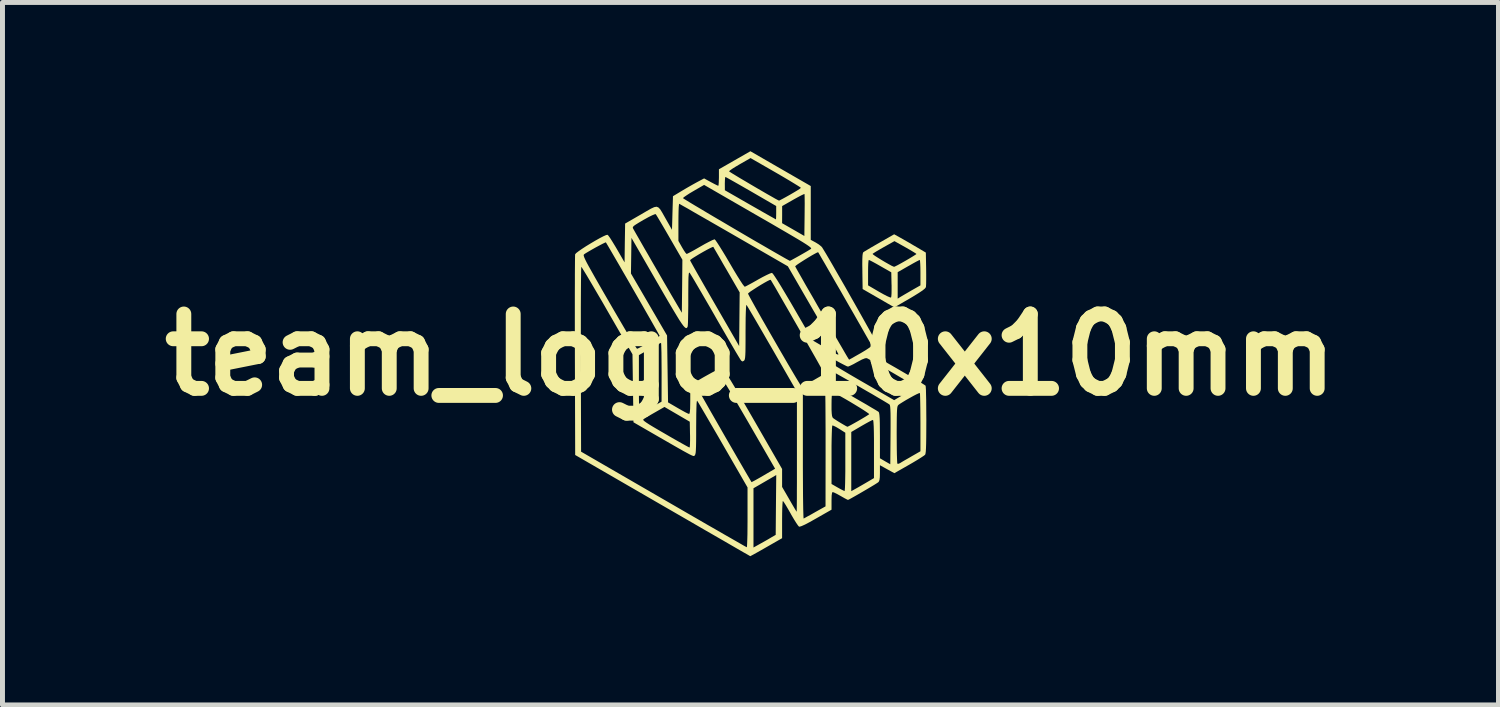
<source format=kicad_pcb>
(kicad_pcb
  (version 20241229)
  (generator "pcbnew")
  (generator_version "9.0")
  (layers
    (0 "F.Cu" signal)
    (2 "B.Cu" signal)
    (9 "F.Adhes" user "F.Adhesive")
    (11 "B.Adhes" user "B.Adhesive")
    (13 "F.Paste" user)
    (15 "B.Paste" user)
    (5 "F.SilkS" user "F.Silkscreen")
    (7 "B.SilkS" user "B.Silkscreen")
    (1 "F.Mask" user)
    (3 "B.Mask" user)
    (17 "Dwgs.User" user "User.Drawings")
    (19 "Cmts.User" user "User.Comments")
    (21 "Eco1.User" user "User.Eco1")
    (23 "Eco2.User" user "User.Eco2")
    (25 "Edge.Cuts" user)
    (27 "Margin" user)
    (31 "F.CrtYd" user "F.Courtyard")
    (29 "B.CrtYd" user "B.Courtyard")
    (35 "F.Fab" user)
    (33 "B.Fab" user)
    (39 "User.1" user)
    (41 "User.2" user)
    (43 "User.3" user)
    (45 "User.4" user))
  (footprint "team_logo_10x10mm"
    (layer "F.Cu")
    (at 12.086 4.104)
    (property "Reference" "team_logo_10x10mm" (at 0 0 0) (layer "F.SilkS") (effects (font (size 1.5 1.5) (thickness 0.3))))
    (attr board_only exclude_from_pos_files exclude_from_bom)
    (fp_poly (pts (xy 3.027 -2.357) (xy 3.102 -2.314) (xy 3.197 -2.26) (xy 3.295 -2.202) (xy 3.347 -2.172) (xy 3.536 -2.06) (xy 3.542 -1.732) (xy 3.543 -1.619) (xy 3.543 -1.517) (xy 3.542 -1.435) (xy 3.539 -1.379) (xy 3.537 -1.362) (xy 3.518 -1.336) (xy 3.471 -1.297) (xy 3.393 -1.245) (xy 3.283 -1.177) (xy 3.216 -1.137) (xy 3.117 -1.08) (xy 3.03 -1.029) (xy 2.962 -0.99) (xy 2.918 -0.965) (xy 2.902 -0.956) (xy 2.885 -0.966) (xy 2.838 -0.992) (xy 2.768 -1.032) (xy 2.68 -1.083) (xy 2.58 -1.141) (xy 2.261 -1.325) (xy 2.256 -1.656) (xy 2.371 -1.656) (xy 2.371 -1.399) (xy 2.595 -1.268) (xy 2.679 -1.221) (xy 2.752 -1.183) (xy 2.805 -1.16) (xy 2.833 -1.152) (xy 2.834 -1.153) (xy 2.84 -1.178) (xy 2.844 -1.234) (xy 2.845 -1.314) (xy 2.845 -1.409) (xy 2.844 -1.415) (xy 2.839 -1.662) (xy 2.834 -1.665) (xy 2.968 -1.665) (xy 2.968 -1.398) (xy 2.968 -1.131) (xy 3.013 -1.16) (xy 3.049 -1.181) (xy 3.11 -1.217) (xy 3.186 -1.261) (xy 3.242 -1.294) (xy 3.427 -1.399) (xy 3.427 -1.656) (xy 3.426 -1.752) (xy 3.423 -1.831) (xy 3.419 -1.887) (xy 3.415 -1.912) (xy 3.414 -1.912) (xy 3.393 -1.903) (xy 3.344 -1.878) (xy 3.275 -1.84) (xy 3.193 -1.793) (xy 3.185 -1.789) (xy 2.968 -1.665) (xy 2.834 -1.665) (xy 2.62 -1.787) (xy 2.536 -1.835) (xy 2.464 -1.874) (xy 2.412 -1.901) (xy 2.386 -1.912) (xy 2.386 -1.912) (xy 2.38 -1.894) (xy 2.375 -1.843) (xy 2.372 -1.767) (xy 2.371 -1.673) (xy 2.371 -1.656) (xy 2.256 -1.656) (xy 2.256 -1.686) (xy 2.254 -1.822) (xy 2.255 -1.923) (xy 2.258 -1.994) (xy 2.263 -2.034) (xy 2.461 -2.034) (xy 2.474 -2.02) (xy 2.514 -1.991) (xy 2.574 -1.953) (xy 2.645 -1.909) (xy 2.719 -1.865) (xy 2.79 -1.825) (xy 2.848 -1.793) (xy 2.887 -1.776) (xy 2.897 -1.773) (xy 2.92 -1.783) (xy 2.97 -1.808) (xy 3.041 -1.847) (xy 3.124 -1.894) (xy 3.131 -1.898) (xy 3.213 -1.946) (xy 3.28 -1.987) (xy 3.327 -2.017) (xy 3.346 -2.031) (xy 3.346 -2.032) (xy 3.33 -2.045) (xy 3.285 -2.073) (xy 3.218 -2.113) (xy 3.137 -2.16) (xy 3.124 -2.167) (xy 2.903 -2.291) (xy 2.687 -2.17) (xy 2.603 -2.122) (xy 2.533 -2.081) (xy 2.484 -2.05) (xy 2.462 -2.034) (xy 2.461 -2.034) (xy 2.263 -2.034) (xy 2.264 -2.039) (xy 2.272 -2.063) (xy 2.276 -2.068) (xy 2.302 -2.085) (xy 2.356 -2.117) (xy 2.431 -2.162) (xy 2.523 -2.215) (xy 2.6 -2.259) (xy 2.897 -2.429)) (stroke (width 0) (type solid)) (fill yes) (layer "F.SilkS"))
    (fp_poly (pts (xy 0.606 -3.753) (xy 1.215 -3.402) (xy 1.215 -2.86) (xy 1.215 -2.317) (xy 1.315 -2.263) (xy 1.376 -2.225) (xy 1.425 -2.186) (xy 1.444 -2.165) (xy 1.476 -2.113) (xy 1.524 -2.034) (xy 1.584 -1.932) (xy 1.655 -1.81) (xy 1.734 -1.672) (xy 1.82 -1.523) (xy 1.911 -1.365) (xy 2.003 -1.202) (xy 2.096 -1.038) (xy 2.187 -0.877) (xy 2.274 -0.722) (xy 2.355 -0.577) (xy 2.428 -0.447) (xy 2.49 -0.333) (xy 2.54 -0.241) (xy 2.575 -0.174) (xy 2.594 -0.136) (xy 2.597 -0.128) (xy 2.574 -0.102) (xy 2.53 -0.069) (xy 2.516 -0.06) (xy 2.474 -0.033) (xy 2.453 -0.015) (xy 2.453 -0.012) (xy 2.471 -0.001) (xy 2.52 0.028) (xy 2.595 0.071) (xy 2.691 0.127) (xy 2.805 0.193) (xy 2.933 0.266) (xy 2.988 0.298) (xy 3.12 0.375) (xy 3.241 0.446) (xy 3.347 0.509) (xy 3.432 0.56) (xy 3.494 0.599) (xy 3.527 0.621) (xy 3.531 0.625) (xy 3.534 0.65) (xy 3.538 0.709) (xy 3.54 0.799) (xy 3.543 0.915) (xy 3.544 1.05) (xy 3.545 1.202) (xy 3.546 1.316) (xy 3.545 1.51) (xy 3.544 1.668) (xy 3.542 1.792) (xy 3.539 1.886) (xy 3.535 1.952) (xy 3.529 1.994) (xy 3.522 2.016) (xy 3.521 2.017) (xy 3.496 2.037) (xy 3.443 2.072) (xy 3.367 2.12) (xy 3.275 2.175) (xy 3.199 2.219) (xy 2.901 2.389) (xy 2.756 2.309) (xy 2.61 2.228) (xy 2.61 2.386) (xy 2.608 2.471) (xy 2.601 2.526) (xy 2.588 2.559) (xy 2.575 2.573) (xy 2.548 2.591) (xy 2.496 2.624) (xy 2.424 2.667) (xy 2.34 2.717) (xy 2.251 2.769) (xy 2.163 2.82) (xy 2.084 2.865) (xy 2.02 2.901) (xy 1.978 2.923) (xy 1.965 2.928) (xy 1.945 2.919) (xy 1.899 2.895) (xy 1.836 2.859) (xy 1.818 2.849) (xy 1.75 2.811) (xy 1.694 2.783) (xy 1.66 2.77) (xy 1.656 2.769) (xy 1.644 2.787) (xy 1.636 2.842) (xy 1.634 2.935) (xy 1.634 2.947) (xy 1.634 3.125) (xy 1.32 3.304) (xy 1.194 3.375) (xy 1.099 3.425) (xy 1.032 3.455) (xy 0.991 3.468) (xy 0.977 3.466) (xy 0.957 3.443) (xy 0.922 3.392) (xy 0.877 3.32) (xy 0.825 3.232) (xy 0.807 3.199) (xy 0.756 3.11) (xy 0.712 3.035) (xy 0.677 2.98) (xy 0.656 2.952) (xy 0.652 2.949) (xy 0.648 2.968) (xy 0.644 3.02) (xy 0.64 3.1) (xy 0.638 3.202) (xy 0.637 3.318) (xy 0.637 3.324) (xy 0.637 3.7) (xy 0.319 3.882) (xy 0.218 3.94) (xy 0.129 3.99) (xy 0.059 4.029) (xy 0.012 4.054) (xy -0.005 4.063) (xy -0.022 4.053) (xy -0.072 4.024) (xy -0.152 3.979) (xy -0.259 3.917) (xy -0.392 3.84) (xy -0.547 3.75) (xy -0.724 3.648) (xy -0.919 3.536) (xy -1.129 3.414) (xy -1.354 3.284) (xy -1.591 3.147) (xy -1.773 3.042) (xy -3.536 2.022) (xy -3.542 0.02) (xy -3.542 -0.26) (xy -3.543 -0.494) (xy -3.422 -0.494) (xy -3.422 -0.241) (xy -3.422 0.026) (xy -3.422 0.091) (xy -3.417 1.955) (xy -1.753 2.918) (xy -1.516 3.055) (xy -1.29 3.186) (xy -1.075 3.31) (xy -0.875 3.426) (xy -0.691 3.531) (xy -0.527 3.626) (xy -0.385 3.707) (xy -0.266 3.775) (xy -0.174 3.828) (xy -0.111 3.864) (xy -0.078 3.881) (xy -0.075 3.883) (xy -0.071 3.864) (xy -0.068 3.811) (xy -0.065 3.727) (xy -0.062 3.617) (xy -0.061 3.488) (xy -0.06 3.342) (xy -0.06 3.28) (xy -0.06 2.693) (xy 0.06 2.693) (xy 0.06 3.291) (xy 0.06 3.888) (xy 0.194 3.813) (xy 0.275 3.768) (xy 0.356 3.722) (xy 0.418 3.685) (xy 0.508 3.633) (xy 0.513 3.03) (xy 0.519 2.426) (xy 0.444 2.47) (xy 0.391 2.501) (xy 0.317 2.544) (xy 0.236 2.591) (xy 0.214 2.604) (xy 0.06 2.693) (xy -0.06 2.693) (xy -0.06 2.676) (xy -0.559 1.811) (xy -0.657 1.641) (xy -0.75 1.482) (xy -0.835 1.336) (xy -0.91 1.207) (xy -0.974 1.098) (xy -1.024 1.013) (xy -1.058 0.956) (xy -1.076 0.929) (xy -1.077 0.927) (xy -1.083 0.941) (xy -1.088 0.992) (xy -1.091 1.079) (xy -1.094 1.199) (xy -1.095 1.352) (xy -1.096 1.458) (xy -1.096 1.624) (xy -1.097 1.754) (xy -1.099 1.853) (xy -1.102 1.926) (xy -1.106 1.976) (xy -1.113 2.008) (xy -1.121 2.026) (xy -1.126 2.032) (xy -1.132 2.038) (xy -1.139 2.042) (xy -1.15 2.042) (xy -1.166 2.038) (xy -1.192 2.027) (xy -1.229 2.009) (xy -1.281 1.981) (xy -1.351 1.943) (xy -1.441 1.892) (xy -1.553 1.828) (xy -1.692 1.748) (xy -1.859 1.652) (xy -2.058 1.537) (xy -2.072 1.529) (xy -2.361 1.362) (xy -2.361 1.309) (xy -2.164 1.309) (xy -2.159 1.323) (xy -2.138 1.342) (xy -2.099 1.37) (xy -2.039 1.409) (xy -1.953 1.461) (xy -1.839 1.528) (xy -1.718 1.598) (xy -1.594 1.67) (xy -1.48 1.735) (xy -1.382 1.79) (xy -1.305 1.833) (xy -1.253 1.861) (xy -1.23 1.872) (xy -1.23 1.872) (xy -1.224 1.854) (xy -1.221 1.803) (xy -1.219 1.727) (xy -1.219 1.633) (xy -1.22 1.612) (xy -1.225 1.351) (xy -1.48 1.202) (xy -1.735 1.053) (xy -1.929 1.164) (xy -2.011 1.211) (xy -2.082 1.253) (xy -2.135 1.285) (xy -2.157 1.3) (xy -2.164 1.309) (xy -2.361 1.309) (xy -2.371 0.676) (xy -2.38 0.008) (xy -2.251 0.008) (xy -2.251 0.602) (xy -2.251 0.751) (xy -2.25 0.886) (xy -2.248 1.003) (xy -2.246 1.096) (xy -2.243 1.161) (xy -2.24 1.193) (xy -2.239 1.195) (xy -2.218 1.186) (xy -2.169 1.16) (xy -2.1 1.122) (xy -2.018 1.075) (xy -2.01 1.071) (xy -1.794 0.946) (xy -1.793 0.354) (xy -1.794 0.205) (xy -1.795 0.069) (xy -1.796 -0.047) (xy -1.799 -0.141) (xy -1.801 -0.205) (xy -1.804 -0.237) (xy -1.805 -0.239) (xy -1.826 -0.23) (xy -1.875 -0.204) (xy -1.944 -0.166) (xy -2.026 -0.12) (xy -2.034 -0.115) (xy -2.251 0.008) (xy -2.38 0.008) (xy -2.381 -0.01) (xy -2.889 -0.891) (xy -2.987 -1.062) (xy -3.081 -1.222) (xy -3.166 -1.367) (xy -3.242 -1.496) (xy -3.306 -1.604) (xy -3.357 -1.687) (xy -3.392 -1.744) (xy -3.41 -1.771) (xy -3.412 -1.772) (xy -3.414 -1.753) (xy -3.416 -1.696) (xy -3.417 -1.606) (xy -3.419 -1.483) (xy -3.42 -1.332) (xy -3.421 -1.155) (xy -3.422 -0.954) (xy -3.422 -0.733) (xy -3.422 -0.494) (xy -3.543 -0.494) (xy -3.543 -0.529) (xy -3.543 -0.785) (xy -3.543 -1.024) (xy -3.543 -1.244) (xy -3.542 -1.443) (xy -3.542 -1.617) (xy -3.541 -1.764) (xy -3.54 -1.881) (xy -3.539 -1.965) (xy -3.538 -2.006) (xy -3.365 -2.006) (xy -3.361 -1.987) (xy -3.351 -1.958) (xy -3.332 -1.916) (xy -3.303 -1.858) (xy -3.262 -1.782) (xy -3.208 -1.686) (xy -3.14 -1.565) (xy -3.056 -1.418) (xy -2.955 -1.242) (xy -2.849 -1.059) (xy -2.747 -0.883) (xy -2.65 -0.717) (xy -2.561 -0.565) (xy -2.481 -0.43) (xy -2.413 -0.316) (xy -2.357 -0.225) (xy -2.317 -0.16) (xy -2.293 -0.125) (xy -2.288 -0.12) (xy -2.265 -0.129) (xy -2.214 -0.154) (xy -2.144 -0.192) (xy -2.06 -0.239) (xy -2.052 -0.244) (xy -1.969 -0.292) (xy -1.901 -0.334) (xy -1.853 -0.364) (xy -1.833 -0.38) (xy -1.833 -0.381) (xy -1.843 -0.4) (xy -1.87 -0.449) (xy -1.913 -0.525) (xy -1.969 -0.624) (xy -2.036 -0.742) (xy -2.113 -0.876) (xy -2.195 -1.02) (xy -2.283 -1.173) (xy -2.373 -1.329) (xy -2.462 -1.485) (xy -2.55 -1.637) (xy -2.551 -1.638) (xy -2.411 -1.638) (xy -2.047 -1.013) (xy -1.683 -0.388) (xy -1.673 0.286) (xy -1.663 0.961) (xy -1.464 1.077) (xy -1.383 1.123) (xy -1.314 1.161) (xy -1.263 1.186) (xy -1.24 1.194) (xy -1.23 1.185) (xy -1.223 1.151) (xy -1.218 1.09) (xy -1.216 0.996) (xy -1.215 0.908) (xy -1.215 0.667) (xy -1.071 0.667) (xy -1.063 0.685) (xy -1.036 0.733) (xy -0.994 0.808) (xy -0.938 0.907) (xy -0.871 1.025) (xy -0.795 1.159) (xy -0.711 1.305) (xy -0.622 1.46) (xy -0.531 1.619) (xy -0.438 1.78) (xy -0.347 1.937) (xy -0.26 2.088) (xy -0.178 2.229) (xy -0.104 2.357) (xy -0.087 2.386) (xy 0.021 2.57) (xy 0.075 2.542) (xy 0.115 2.52) (xy 0.179 2.484) (xy 0.257 2.439) (xy 0.313 2.406) (xy 0.496 2.299) (xy -0.05 1.354) (xy -0.153 1.177) (xy -0.25 1.011) (xy -0.34 0.859) (xy -0.421 0.724) (xy -0.49 0.61) (xy -0.547 0.519) (xy -0.589 0.454) (xy -0.613 0.42) (xy -0.62 0.414) (xy -0.642 0.425) (xy -0.691 0.451) (xy -0.757 0.488) (xy -0.833 0.53) (xy -0.911 0.574) (xy -0.981 0.614) (xy -1.037 0.646) (xy -1.068 0.665) (xy -1.071 0.667) (xy -1.215 0.667) (xy -1.215 0.62) (xy -1.16 0.582) (xy -1.108 0.548) (xy -1.035 0.505) (xy -0.949 0.455) (xy -0.858 0.404) (xy -0.769 0.355) (xy -0.688 0.313) (xy -0.623 0.28) (xy -0.582 0.262) (xy -0.572 0.259) (xy -0.555 0.276) (xy -0.52 0.327) (xy -0.466 0.411) (xy -0.395 0.527) (xy -0.307 0.673) (xy -0.203 0.849) (xy -0.084 1.053) (xy 0.048 1.281) (xy 0.637 2.304) (xy 0.637 2.485) (xy 0.637 2.666) (xy 0.782 2.916) (xy 0.833 3.005) (xy 0.877 3.08) (xy 0.91 3.135) (xy 0.929 3.164) (xy 0.931 3.167) (xy 0.932 3.148) (xy 0.933 3.092) (xy 0.934 3.003) (xy 0.935 2.885) (xy 0.935 2.741) (xy 0.936 2.574) (xy 0.936 2.387) (xy 0.936 2.185) (xy 0.936 1.97) (xy 0.936 1.957) (xy 0.936 0.781) (xy 1.056 0.781) (xy 1.056 2.045) (xy 1.056 2.266) (xy 1.057 2.473) (xy 1.058 2.666) (xy 1.059 2.839) (xy 1.061 2.99) (xy 1.063 3.115) (xy 1.066 3.211) (xy 1.068 3.274) (xy 1.071 3.303) (xy 1.072 3.304) (xy 1.094 3.292) (xy 1.144 3.264) (xy 1.214 3.226) (xy 1.297 3.179) (xy 1.3 3.177) (xy 1.513 3.058) (xy 1.514 2.022) (xy 1.634 2.022) (xy 1.634 2.607) (xy 1.758 2.678) (xy 1.821 2.713) (xy 1.871 2.738) (xy 1.897 2.749) (xy 1.898 2.749) (xy 1.901 2.73) (xy 1.905 2.676) (xy 1.908 2.592) (xy 1.91 2.483) (xy 1.912 2.353) (xy 1.912 2.209) (xy 1.912 2.161) (xy 1.912 1.573) (xy 1.888 1.558) (xy 2.032 1.558) (xy 2.032 2.154) (xy 2.032 2.751) (xy 2.077 2.727) (xy 2.112 2.707) (xy 2.173 2.673) (xy 2.249 2.629) (xy 2.306 2.596) (xy 2.49 2.488) (xy 2.49 1.901) (xy 2.49 1.712) (xy 2.488 1.561) (xy 2.485 1.447) (xy 2.48 1.369) (xy 2.475 1.326) (xy 2.469 1.315) (xy 2.444 1.324) (xy 2.393 1.35) (xy 2.322 1.389) (xy 2.24 1.436) (xy 2.24 1.436) (xy 2.032 1.558) (xy 1.888 1.558) (xy 1.789 1.495) (xy 1.727 1.458) (xy 1.678 1.434) (xy 1.651 1.426) (xy 1.65 1.427) (xy 1.646 1.448) (xy 1.642 1.505) (xy 1.639 1.591) (xy 1.636 1.702) (xy 1.634 1.833) (xy 1.634 1.978) (xy 1.634 2.022) (xy 1.514 2.022) (xy 1.514 1.787) (xy 1.514 1.566) (xy 1.513 1.358) (xy 1.512 1.165) (xy 1.511 1.004) (xy 1.634 1.004) (xy 1.634 1.111) (xy 1.638 1.185) (xy 1.644 1.233) (xy 1.654 1.263) (xy 1.666 1.278) (xy 1.697 1.3) (xy 1.749 1.334) (xy 1.811 1.372) (xy 1.872 1.408) (xy 1.922 1.437) (xy 1.952 1.452) (xy 1.954 1.453) (xy 1.975 1.444) (xy 2.023 1.419) (xy 2.091 1.381) (xy 2.171 1.336) (xy 2.253 1.288) (xy 2.323 1.246) (xy 2.372 1.215) (xy 2.394 1.2) (xy 2.382 1.186) (xy 2.341 1.157) (xy 2.278 1.115) (xy 2.197 1.064) (xy 2.105 1.008) (xy 2.009 0.95) (xy 1.913 0.894) (xy 1.823 0.843) (xy 1.747 0.801) (xy 1.689 0.771) (xy 1.656 0.758) (xy 1.653 0.757) (xy 1.645 0.776) (xy 1.639 0.828) (xy 1.635 0.908) (xy 1.634 1.004) (xy 1.511 1.004) (xy 1.511 0.992) (xy 1.509 0.84) (xy 1.507 0.715) (xy 1.505 0.618) (xy 1.502 0.554) (xy 1.5 0.525) (xy 1.499 0.524) (xy 1.477 0.537) (xy 1.428 0.565) (xy 1.358 0.605) (xy 1.276 0.653) (xy 1.27 0.656) (xy 1.056 0.781) (xy 0.936 0.781) (xy 0.936 0.747) (xy 0.437 -0.12) (xy 0.338 -0.29) (xy 0.246 -0.45) (xy 0.161 -0.596) (xy 0.086 -0.725) (xy 0.022 -0.833) (xy -0.028 -0.918) (xy -0.063 -0.976) (xy -0.08 -1.003) (xy -0.081 -1.005) (xy -0.087 -0.992) (xy -0.091 -0.941) (xy -0.095 -0.857) (xy -0.098 -0.742) (xy -0.099 -0.6) (xy -0.1 -0.465) (xy -0.1 -0.298) (xy -0.101 -0.168) (xy -0.102 -0.068) (xy -0.105 0.005) (xy -0.109 0.057) (xy -0.115 0.09) (xy -0.123 0.11) (xy -0.132 0.121) (xy -0.16 0.136) (xy -0.185 0.122) (xy -0.197 0.107) (xy -0.213 0.082) (xy -0.247 0.026) (xy -0.297 -0.057) (xy -0.36 -0.165) (xy -0.435 -0.293) (xy -0.519 -0.438) (xy -0.611 -0.596) (xy -0.708 -0.765) (xy -0.715 -0.778) (xy -0.812 -0.947) (xy -0.904 -1.105) (xy -0.988 -1.25) (xy -1.063 -1.378) (xy -1.126 -1.486) (xy -1.176 -1.57) (xy -1.211 -1.626) (xy -1.227 -1.652) (xy -1.228 -1.653) (xy -1.236 -1.656) (xy -1.243 -1.645) (xy -1.247 -1.615) (xy -1.251 -1.563) (xy -1.253 -1.484) (xy -1.254 -1.375) (xy -1.255 -1.232) (xy -1.255 -1.141) (xy -1.255 -0.997) (xy -1.257 -0.865) (xy -1.259 -0.751) (xy -1.261 -0.66) (xy -1.264 -0.598) (xy -1.267 -0.57) (xy -1.267 -0.569) (xy -1.277 -0.549) (xy -1.289 -0.538) (xy -1.304 -0.538) (xy -1.325 -0.552) (xy -1.353 -0.582) (xy -1.389 -0.631) (xy -1.435 -0.7) (xy -1.492 -0.793) (xy -1.563 -0.911) (xy -1.649 -1.056) (xy -1.751 -1.231) (xy -1.871 -1.439) (xy -1.876 -1.447) (xy -2.401 -2.357) (xy -2.406 -1.998) (xy -2.411 -1.638) (xy -2.551 -1.638) (xy -2.633 -1.781) (xy -2.71 -1.913) (xy -2.778 -2.03) (xy -2.835 -2.128) (xy -2.879 -2.203) (xy -2.907 -2.25) (xy -2.917 -2.267) (xy -2.936 -2.26) (xy -2.982 -2.238) (xy -3.045 -2.205) (xy -3.12 -2.165) (xy -3.196 -2.122) (xy -3.267 -2.081) (xy -3.324 -2.047) (xy -3.355 -2.026) (xy -3.362 -2.018) (xy -3.365 -2.006) (xy -3.538 -2.006) (xy -3.538 -2.014) (xy -3.537 -2.025) (xy -3.517 -2.049) (xy -3.469 -2.086) (xy -3.4 -2.134) (xy -3.316 -2.189) (xy -3.224 -2.245) (xy -3.131 -2.3) (xy -3.044 -2.349) (xy -2.969 -2.388) (xy -2.913 -2.413) (xy -2.883 -2.419) (xy -2.883 -2.419) (xy -2.864 -2.399) (xy -2.83 -2.351) (xy -2.785 -2.28) (xy -2.732 -2.193) (xy -2.698 -2.136) (xy -2.54 -1.863) (xy -2.535 -2.254) (xy -2.53 -2.56) (xy -2.374 -2.56) (xy -2.367 -2.543) (xy -2.35 -2.513) (xy -2.316 -2.453) (xy -2.267 -2.368) (xy -2.206 -2.261) (xy -2.136 -2.139) (xy -2.058 -2.005) (xy -1.977 -1.863) (xy -1.893 -1.718) (xy -1.811 -1.576) (xy -1.732 -1.439) (xy -1.659 -1.314) (xy -1.595 -1.203) (xy -1.542 -1.113) (xy -1.503 -1.047) (xy -1.497 -1.036) (xy -1.385 -0.847) (xy -1.379 -1.381) (xy -1.374 -1.906) (xy -1.219 -1.906) (xy -1.21 -1.886) (xy -1.182 -1.835) (xy -1.138 -1.756) (xy -1.08 -1.653) (xy -1.009 -1.529) (xy -0.928 -1.387) (xy -0.838 -1.231) (xy -0.742 -1.064) (xy -0.724 -1.033) (xy -0.229 -0.175) (xy -0.224 -0.715) (xy -0.219 -1.233) (xy -0.05 -1.233) (xy -0.04 -1.21) (xy -0.013 -1.158) (xy 0.03 -1.08) (xy 0.086 -0.979) (xy 0.153 -0.86) (xy 0.229 -0.725) (xy 0.312 -0.58) (xy 0.399 -0.428) (xy 0.489 -0.272) (xy 0.578 -0.117) (xy 0.666 0.034) (xy 0.749 0.177) (xy 0.826 0.308) (xy 0.894 0.423) (xy 0.951 0.518) (xy 0.995 0.59) (xy 1.023 0.635) (xy 1.034 0.649) (xy 1.055 0.637) (xy 1.104 0.61) (xy 1.173 0.571) (xy 1.255 0.523) (xy 1.265 0.518) (xy 1.348 0.47) (xy 1.418 0.43) (xy 1.468 0.401) (xy 1.491 0.387) (xy 1.491 0.387) (xy 1.482 0.37) (xy 1.457 0.324) (xy 1.624 0.324) (xy 1.624 0.344) (xy 1.627 0.394) (xy 1.632 0.463) (xy 1.632 0.467) (xy 1.644 0.605) (xy 2.102 0.869) (xy 2.225 0.94) (xy 2.338 1.005) (xy 2.435 1.063) (xy 2.512 1.108) (xy 2.564 1.14) (xy 2.585 1.154) (xy 2.593 1.173) (xy 2.6 1.215) (xy 2.605 1.284) (xy 2.608 1.383) (xy 2.609 1.515) (xy 2.61 1.633) (xy 2.61 2.088) (xy 2.714 2.149) (xy 2.819 2.209) (xy 2.824 1.619) (xy 2.824 1.613) (xy 2.948 1.613) (xy 2.949 1.76) (xy 2.95 1.894) (xy 2.952 2.01) (xy 2.955 2.102) (xy 2.958 2.166) (xy 2.961 2.197) (xy 2.962 2.198) (xy 2.987 2.199) (xy 3.017 2.185) (xy 3.051 2.164) (xy 3.11 2.129) (xy 3.186 2.086) (xy 3.242 2.053) (xy 3.427 1.947) (xy 3.427 1.365) (xy 3.426 1.217) (xy 3.425 1.082) (xy 3.423 0.965) (xy 3.421 0.871) (xy 3.419 0.806) (xy 3.416 0.774) (xy 3.415 0.772) (xy 3.395 0.777) (xy 3.348 0.798) (xy 3.284 0.831) (xy 3.211 0.872) (xy 3.135 0.915) (xy 3.066 0.957) (xy 3.011 0.992) (xy 2.983 1.012) (xy 2.973 1.024) (xy 2.965 1.042) (xy 2.959 1.072) (xy 2.955 1.118) (xy 2.952 1.184) (xy 2.95 1.274) (xy 2.949 1.394) (xy 2.948 1.547) (xy 2.948 1.613) (xy 2.824 1.613) (xy 2.825 1.44) (xy 2.825 1.297) (xy 2.824 1.187) (xy 2.821 1.106) (xy 2.817 1.051) (xy 2.811 1.018) (xy 2.804 1.005) (xy 2.782 0.99) (xy 2.731 0.959) (xy 2.656 0.914) (xy 2.562 0.859) (xy 2.454 0.795) (xy 2.335 0.727) (xy 2.213 0.656) (xy 2.09 0.585) (xy 1.972 0.517) (xy 1.864 0.456) (xy 1.77 0.403) (xy 1.696 0.361) (xy 1.646 0.334) (xy 1.625 0.324) (xy 1.624 0.324) (xy 1.457 0.324) (xy 1.456 0.322) (xy 1.414 0.247) (xy 1.359 0.148) (xy 1.293 0.031) (xy 1.27 -0.009) (xy 1.441 -0.009) (xy 1.443 0.029) (xy 1.457 0.061) (xy 1.48 0.079) (xy 1.533 0.115) (xy 1.614 0.166) (xy 1.718 0.229) (xy 1.841 0.303) (xy 1.979 0.385) (xy 2.13 0.473) (xy 2.19 0.508) (xy 2.897 0.916) (xy 2.967 0.874) (xy 3.018 0.844) (xy 3.09 0.803) (xy 3.169 0.756) (xy 3.192 0.743) (xy 3.261 0.703) (xy 3.314 0.671) (xy 3.343 0.651) (xy 3.347 0.647) (xy 3.33 0.636) (xy 3.285 0.608) (xy 3.215 0.567) (xy 3.126 0.514) (xy 3.023 0.455) (xy 2.913 0.39) (xy 2.799 0.324) (xy 2.687 0.26) (xy 2.583 0.201) (xy 2.491 0.148) (xy 2.417 0.107) (xy 2.366 0.079) (xy 2.345 0.069) (xy 2.31 0.072) (xy 2.247 0.097) (xy 2.163 0.142) (xy 2.153 0.147) (xy 2.08 0.188) (xy 2.017 0.219) (xy 1.975 0.237) (xy 1.965 0.239) (xy 1.938 0.23) (xy 1.884 0.203) (xy 1.809 0.164) (xy 1.722 0.116) (xy 1.694 0.1) (xy 1.594 0.044) (xy 1.523 0.007) (xy 1.477 -0.013) (xy 1.451 -0.017) (xy 1.441 -0.009) (xy 1.27 -0.009) (xy 1.217 -0.102) (xy 1.135 -0.246) (xy 1.048 -0.398) (xy 0.959 -0.555) (xy 0.869 -0.711) (xy 0.782 -0.864) (xy 0.698 -1.009) (xy 0.621 -1.143) (xy 0.553 -1.262) (xy 0.495 -1.363) (xy 0.449 -1.44) (xy 0.419 -1.491) (xy 0.406 -1.511) (xy 0.386 -1.507) (xy 0.341 -1.485) (xy 0.278 -1.45) (xy 0.205 -1.407) (xy 0.129 -1.36) (xy 0.058 -1.314) (xy -0.001 -1.275) (xy -0.039 -1.245) (xy -0.05 -1.233) (xy -0.219 -1.233) (xy -0.218 -1.256) (xy -0.48 -1.709) (xy -0.551 -1.83) (xy -0.614 -1.941) (xy -0.669 -2.035) (xy -0.712 -2.109) (xy -0.74 -2.157) (xy -0.75 -2.176) (xy -0.769 -2.171) (xy -0.814 -2.15) (xy -0.878 -2.117) (xy -0.952 -2.076) (xy -1.03 -2.031) (xy -1.103 -1.987) (xy -1.164 -1.949) (xy -1.205 -1.92) (xy -1.219 -1.906) (xy -1.374 -1.906) (xy -1.374 -1.916) (xy -1.635 -2.368) (xy -1.705 -2.489) (xy -1.77 -2.6) (xy -1.826 -2.695) (xy -1.87 -2.769) (xy -1.9 -2.818) (xy -1.912 -2.836) (xy -1.934 -2.832) (xy -1.983 -2.812) (xy -2.054 -2.777) (xy -2.137 -2.731) (xy -2.159 -2.719) (xy -2.252 -2.664) (xy -2.315 -2.625) (xy -2.353 -2.598) (xy -2.371 -2.577) (xy -2.374 -2.56) (xy -2.53 -2.56) (xy -2.529 -2.645) (xy -2.208 -2.83) (xy -2.092 -2.898) (xy -2.006 -2.947) (xy -1.943 -2.976) (xy -1.895 -2.985) (xy -1.857 -2.97) (xy -1.821 -2.932) (xy -1.782 -2.869) (xy -1.731 -2.779) (xy -1.701 -2.726) (xy -1.584 -2.52) (xy -1.579 -2.673) (xy -1.454 -2.673) (xy -1.454 -2.295) (xy -1.38 -2.164) (xy -1.342 -2.101) (xy -1.31 -2.054) (xy -1.289 -2.033) (xy -1.287 -2.032) (xy -1.265 -2.042) (xy -1.214 -2.068) (xy -1.142 -2.107) (xy -1.056 -2.156) (xy -1.011 -2.182) (xy -0.918 -2.235) (xy -0.836 -2.278) (xy -0.772 -2.31) (xy -0.731 -2.326) (xy -0.723 -2.327) (xy -0.706 -2.309) (xy -0.672 -2.26) (xy -0.624 -2.186) (xy -0.565 -2.091) (xy -0.497 -1.979) (xy -0.424 -1.855) (xy -0.417 -1.843) (xy -0.337 -1.706) (xy -0.265 -1.587) (xy -0.205 -1.492) (xy -0.159 -1.422) (xy -0.127 -1.381) (xy -0.115 -1.371) (xy -0.089 -1.383) (xy -0.036 -1.411) (xy 0.038 -1.451) (xy 0.125 -1.5) (xy 0.154 -1.517) (xy 0.245 -1.567) (xy 0.326 -1.608) (xy 0.389 -1.637) (xy 0.427 -1.65) (xy 0.433 -1.65) (xy 0.453 -1.631) (xy 0.49 -1.578) (xy 0.545 -1.494) (xy 0.616 -1.379) (xy 0.702 -1.235) (xy 0.803 -1.065) (xy 0.86 -0.967) (xy 1.252 -0.29) (xy 1.497 -0.147) (xy 1.601 -0.087) (xy 1.676 -0.044) (xy 1.725 -0.018) (xy 1.755 -0.005) (xy 1.769 -0.004) (xy 1.773 -0.011) (xy 1.773 -0.011) (xy 1.763 -0.03) (xy 1.736 -0.08) (xy 1.691 -0.158) (xy 1.633 -0.26) (xy 1.562 -0.384) (xy 1.481 -0.526) (xy 1.39 -0.683) (xy 1.293 -0.851) (xy 1.263 -0.902) (xy 0.754 -1.782) (xy 0.901 -1.782) (xy 0.912 -1.761) (xy 0.94 -1.71) (xy 0.984 -1.633) (xy 1.041 -1.533) (xy 1.108 -1.414) (xy 1.185 -1.281) (xy 1.269 -1.136) (xy 1.356 -0.983) (xy 1.446 -0.828) (xy 1.536 -0.672) (xy 1.624 -0.521) (xy 1.707 -0.378) (xy 1.783 -0.247) (xy 1.851 -0.131) (xy 1.907 -0.034) (xy 1.95 0.039) (xy 1.978 0.084) (xy 1.988 0.1) (xy 2.006 0.09) (xy 2.053 0.065) (xy 2.12 0.026) (xy 2.203 -0.021) (xy 2.223 -0.032) (xy 2.326 -0.094) (xy 2.398 -0.142) (xy 2.437 -0.175) (xy 2.443 -0.19) (xy 2.432 -0.21) (xy 2.403 -0.261) (xy 2.359 -0.338) (xy 2.302 -0.438) (xy 2.234 -0.558) (xy 2.157 -0.692) (xy 2.074 -0.838) (xy 1.986 -0.99) (xy 1.896 -1.147) (xy 1.807 -1.303) (xy 1.719 -1.454) (xy 1.637 -1.597) (xy 1.561 -1.729) (xy 1.495 -1.844) (xy 1.439 -1.939) (xy 1.398 -2.011) (xy 1.372 -2.055) (xy 1.364 -2.067) (xy 1.345 -2.062) (xy 1.301 -2.039) (xy 1.238 -2.004) (xy 1.164 -1.96) (xy 1.088 -1.913) (xy 1.016 -1.867) (xy 0.955 -1.827) (xy 0.915 -1.797) (xy 0.901 -1.782) (xy 0.754 -1.782) (xy 0.754 -1.783) (xy -0.334 -2.411) (xy -0.525 -2.521) (xy -0.706 -2.625) (xy -0.873 -2.721) (xy -1.025 -2.808) (xy -1.157 -2.884) (xy -1.267 -2.948) (xy -1.353 -2.996) (xy -1.41 -3.029) (xy -1.437 -3.044) (xy -1.438 -3.045) (xy -1.443 -3.028) (xy -1.448 -2.977) (xy -1.451 -2.899) (xy -1.453 -2.798) (xy -1.454 -2.682) (xy -1.454 -2.673) (xy -1.579 -2.673) (xy -1.574 -2.859) (xy -1.565 -3.158) (xy -1.362 -3.158) (xy -1.345 -3.146) (xy -1.297 -3.116) (xy -1.222 -3.07) (xy -1.124 -3.011) (xy -1.004 -2.94) (xy -0.869 -2.859) (xy -0.72 -2.771) (xy -0.561 -2.678) (xy -0.397 -2.581) (xy -0.23 -2.483) (xy -0.065 -2.386) (xy 0.096 -2.292) (xy 0.249 -2.204) (xy 0.39 -2.122) (xy 0.515 -2.05) (xy 0.622 -1.989) (xy 0.706 -1.941) (xy 0.764 -1.909) (xy 0.792 -1.894) (xy 0.794 -1.894) (xy 0.813 -1.902) (xy 0.859 -1.927) (xy 0.926 -1.964) (xy 0.994 -2.002) (xy 1.076 -2.049) (xy 1.147 -2.09) (xy 1.199 -2.122) (xy 1.221 -2.136) (xy 1.224 -2.144) (xy 1.218 -2.155) (xy 1.2 -2.172) (xy 1.168 -2.196) (xy 1.119 -2.229) (xy 1.051 -2.272) (xy 0.962 -2.326) (xy 0.85 -2.392) (xy 0.712 -2.473) (xy 0.545 -2.57) (xy 0.403 -2.653) (xy 0.637 -2.653) (xy 0.862 -2.524) (xy 1.086 -2.395) (xy 1.091 -2.814) (xy 1.092 -2.939) (xy 1.093 -3.05) (xy 1.092 -3.141) (xy 1.091 -3.206) (xy 1.089 -3.239) (xy 1.088 -3.242) (xy 1.069 -3.235) (xy 1.022 -3.213) (xy 0.954 -3.177) (xy 0.871 -3.131) (xy 0.859 -3.124) (xy 0.638 -2.998) (xy 0.638 -2.826) (xy 0.637 -2.653) (xy 0.403 -2.653) (xy 0.349 -2.684) (xy 0.159 -2.793) (xy -0.936 -3.425) (xy -1.15 -3.301) (xy -1.231 -3.253) (xy -1.298 -3.209) (xy -1.344 -3.177) (xy -1.362 -3.158) (xy -1.362 -3.158) (xy -1.565 -3.158) (xy -1.564 -3.197) (xy -1.378 -3.309) (xy -1.285 -3.364) (xy -1.187 -3.42) (xy -1.101 -3.468) (xy -1.064 -3.488) (xy -0.936 -3.556) (xy -0.799 -3.481) (xy -0.733 -3.446) (xy -0.681 -3.42) (xy -0.652 -3.407) (xy -0.65 -3.407) (xy -0.644 -3.425) (xy -0.642 -3.453) (xy -0.518 -3.453) (xy -0.518 -3.451) (xy -0.517 -3.317) (xy -0.005 -3.023) (xy 0.125 -2.949) (xy 0.242 -2.882) (xy 0.344 -2.824) (xy 0.426 -2.778) (xy 0.483 -2.746) (xy 0.511 -2.73) (xy 0.513 -2.729) (xy 0.515 -2.747) (xy 0.517 -2.795) (xy 0.518 -2.862) (xy 0.518 -2.864) (xy 0.518 -2.999) (xy 0.011 -3.293) (xy -0.118 -3.367) (xy -0.235 -3.434) (xy -0.337 -3.492) (xy -0.419 -3.538) (xy -0.476 -3.57) (xy -0.505 -3.585) (xy -0.507 -3.586) (xy -0.512 -3.568) (xy -0.516 -3.52) (xy -0.518 -3.453) (xy -0.642 -3.453) (xy -0.64 -3.474) (xy -0.638 -3.544) (xy -0.637 -3.573) (xy -0.637 -3.698) (xy -0.432 -3.698) (xy -0.415 -3.686) (xy -0.368 -3.656) (xy -0.297 -3.613) (xy -0.208 -3.559) (xy -0.104 -3.498) (xy 0.007 -3.432) (xy 0.121 -3.365) (xy 0.233 -3.3) (xy 0.338 -3.239) (xy 0.43 -3.187) (xy 0.503 -3.145) (xy 0.554 -3.118) (xy 0.575 -3.108) (xy 0.576 -3.108) (xy 0.595 -3.117) (xy 0.643 -3.142) (xy 0.711 -3.179) (xy 0.793 -3.225) (xy 0.8 -3.229) (xy 0.882 -3.277) (xy 0.95 -3.318) (xy 0.997 -3.349) (xy 1.016 -3.366) (xy 1.016 -3.366) (xy 0.999 -3.38) (xy 0.952 -3.41) (xy 0.879 -3.455) (xy 0.785 -3.512) (xy 0.672 -3.579) (xy 0.547 -3.652) (xy 0.509 -3.674) (xy 0.001 -3.966) (xy -0.218 -3.841) (xy -0.301 -3.792) (xy -0.368 -3.75) (xy -0.414 -3.717) (xy -0.432 -3.7) (xy -0.432 -3.698) (xy -0.637 -3.698) (xy -0.637 -3.74) (xy -0.32 -3.922) (xy -0.002 -4.104)) (stroke (width 0) (type solid)) (fill yes) (layer "F.SilkS")))
  (gr_rect
    (start -3 -3)
    (end 27.171 11.167)
    (stroke (width 0.1) (type default))
    (fill no)
    (layer "Edge.Cuts")))
</source>
